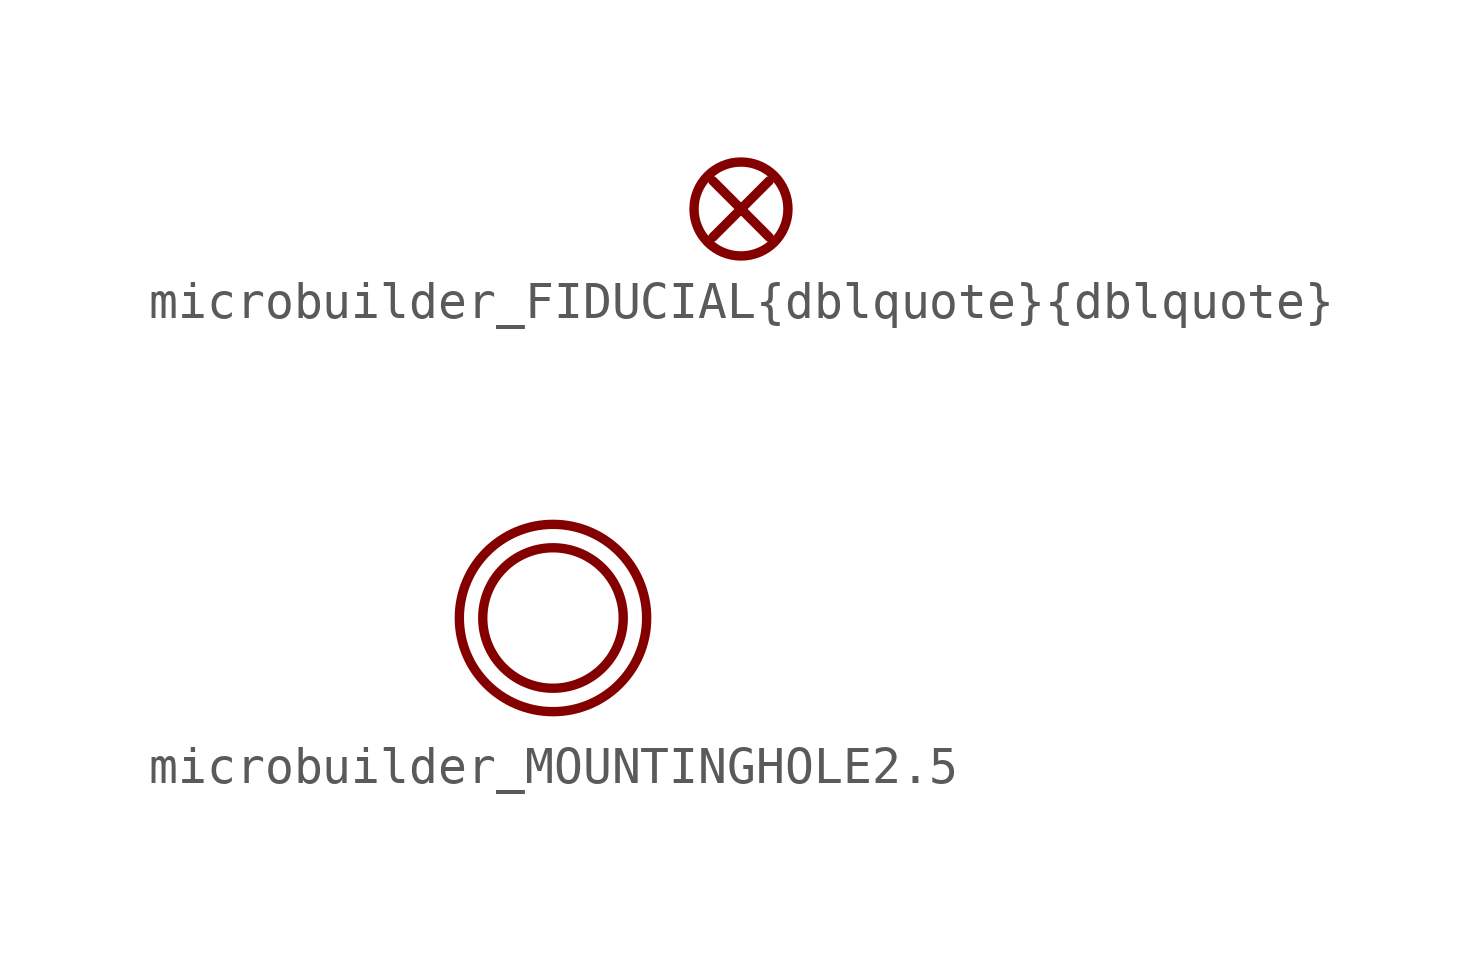
<source format=kicad_sym>
(kicad_symbol_lib
  (version 20231120)
  (generator "kicad_symbol_editor")
  (generator_version "8.0")
  (symbol "microbuilder_FIDUCIAL{dblquote}{dblquote}"
    (property "Reference" "FID"
      (at 0 0 0)
      (effects (font (size 1.27 1.27)) (hide yes)))
    (property "ki_locked" ""
      (at 0 0 0)
      (effects (font (size 1.27 1.27))))
    (symbol "microbuilder_FIDUCIAL{dblquote}{dblquote}_1_0"
      (polyline (pts (xy -0.762 0.762) (xy 0.762 -0.762)) (stroke (width 0.254) (type solid)) (fill (type none)))
      (polyline (pts (xy 0.762 0.762) (xy -0.762 -0.762)) (stroke (width 0.254) (type solid)) (fill (type none)))
      (circle (center 0 0) (radius 1.27) (stroke (width 0.254) (type solid)) (fill (type none)))))
  (symbol "microbuilder_MOUNTINGHOLE2.5"
    (property "Reference" ""
      (at 0 0 0)
      (effects (font (size 1.27 1.27)) (hide yes)))
    (property "ki_locked" ""
      (at 0 0 0)
      (effects (font (size 1.27 1.27))))
    (symbol "microbuilder_MOUNTINGHOLE2.5_1_0"
      (circle (center 0 0) (radius 1.905) (stroke (width 0.254) (type solid)) (fill (type none)))
      (circle (center 0 0) (radius 2.54) (stroke (width 0.254) (type solid)) (fill (type none))))))
</source>
